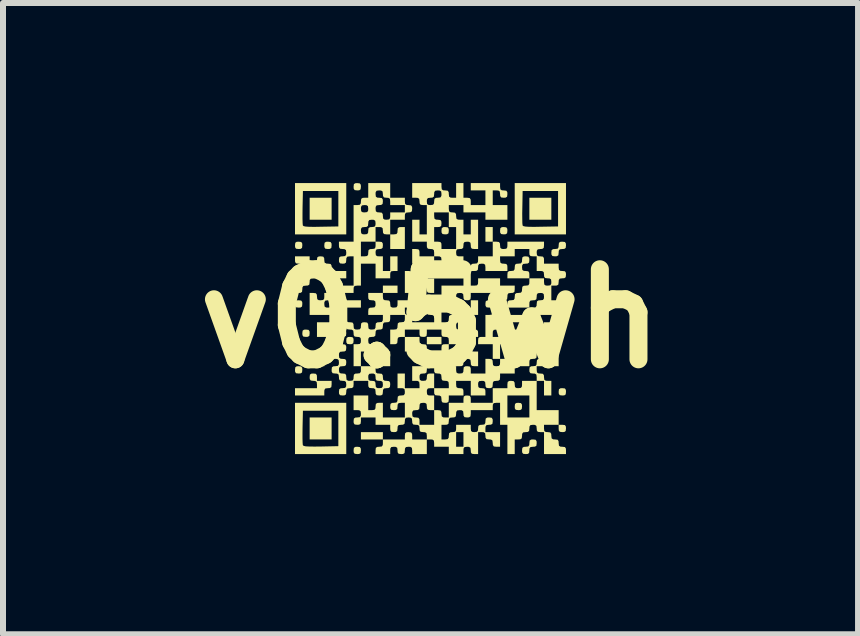
<source format=kicad_pcb>
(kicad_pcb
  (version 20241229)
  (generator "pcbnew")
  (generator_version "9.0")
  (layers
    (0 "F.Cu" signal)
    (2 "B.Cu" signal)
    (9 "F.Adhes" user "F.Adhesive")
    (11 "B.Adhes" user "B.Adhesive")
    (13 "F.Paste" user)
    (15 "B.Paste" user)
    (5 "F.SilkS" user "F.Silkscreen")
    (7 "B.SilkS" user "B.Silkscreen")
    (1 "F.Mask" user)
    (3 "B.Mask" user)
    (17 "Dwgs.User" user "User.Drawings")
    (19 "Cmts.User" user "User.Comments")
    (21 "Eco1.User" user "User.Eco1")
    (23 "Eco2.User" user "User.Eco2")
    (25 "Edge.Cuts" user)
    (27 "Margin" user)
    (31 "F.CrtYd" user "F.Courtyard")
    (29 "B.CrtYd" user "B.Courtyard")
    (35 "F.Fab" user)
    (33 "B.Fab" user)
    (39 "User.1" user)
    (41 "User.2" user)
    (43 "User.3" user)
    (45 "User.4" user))
  (footprint "v0.5wh"
    (layer "F.Cu")
    (at 4.121 2.257)
    (property "Reference" "v0.5wh" (at 0 0 0) (layer "F.SilkS") (effects (font (size 1.5 1.5) (thickness 0.3))))
    (attr board_only exclude_from_pos_files exclude_from_bom)
    (fp_poly (pts (xy -1.647 -1.83) (xy -1.647 -1.647) (xy -1.83 -1.647) (xy -2.013 -1.647) (xy -2.013 -1.83) (xy -2.013 -2.013) (xy -1.83 -2.013) (xy -1.647 -2.013)) (stroke (width 0) (type solid)) (fill yes) (layer "F.SilkS"))
    (fp_poly (pts (xy -1.647 1.83) (xy -1.647 2.013) (xy -1.83 2.013) (xy -2.013 2.013) (xy -2.013 1.83) (xy -2.013 1.647) (xy -1.83 1.647) (xy -1.647 1.647)) (stroke (width 0) (type solid)) (fill yes) (layer "F.SilkS"))
    (fp_poly (pts (xy 0.183 0.366) (xy 0.183 0.427) (xy 0.061 0.427) (xy -0.061 0.427) (xy -0.061 0.366) (xy -0.061 0.305) (xy 0.061 0.305) (xy 0.183 0.305)) (stroke (width 0) (type solid)) (fill yes) (layer "F.SilkS"))
    (fp_poly (pts (xy 0.793 -0.183) (xy 0.793 -0.061) (xy 0.732 -0.061) (xy 0.671 -0.061) (xy 0.671 -0.183) (xy 0.671 -0.305) (xy 0.732 -0.305) (xy 0.793 -0.305)) (stroke (width 0) (type solid)) (fill yes) (layer "F.SilkS"))
    (fp_poly (pts (xy 1.037 -1.403) (xy 1.037 -1.281) (xy 0.976 -1.281) (xy 0.915 -1.281) (xy 0.915 -1.403) (xy 0.915 -1.525) (xy 0.976 -1.525) (xy 1.037 -1.525)) (stroke (width 0) (type solid)) (fill yes) (layer "F.SilkS"))
    (fp_poly (pts (xy 2.013 -1.83) (xy 2.013 -1.647) (xy 1.83 -1.647) (xy 1.647 -1.647) (xy 1.647 -1.83) (xy 1.647 -2.013) (xy 1.83 -2.013) (xy 2.013 -2.013)) (stroke (width 0) (type solid)) (fill yes) (layer "F.SilkS"))
    (fp_poly (pts (xy 2.24 1.774) (xy 2.255 1.798) (xy 2.257 1.83) (xy 2.252 1.873) (xy 2.229 1.889) (xy 2.196 1.891) (xy 2.153 1.886) (xy 2.137 1.862) (xy 2.135 1.83) (xy 2.135 1.769) (xy 2.196 1.769)) (stroke (width 0) (type solid)) (fill yes) (layer "F.SilkS"))
    (fp_poly (pts (xy -2.153 -1.276) (xy -2.137 -1.252) (xy -2.135 -1.22) (xy -2.14 -1.177) (xy -2.164 -1.161) (xy -2.196 -1.159) (xy -2.24 -1.164) (xy -2.255 -1.188) (xy -2.257 -1.22) (xy -2.252 -1.263) (xy -2.229 -1.279) (xy -2.196 -1.281)) (stroke (width 0) (type solid)) (fill yes) (layer "F.SilkS"))
    (fp_poly (pts (xy -2.153 -0.3) (xy -2.137 -0.276) (xy -2.135 -0.244) (xy -2.14 -0.201) (xy -2.164 -0.185) (xy -2.196 -0.183) (xy -2.24 -0.188) (xy -2.255 -0.212) (xy -2.257 -0.244) (xy -2.252 -0.287) (xy -2.229 -0.303) (xy -2.196 -0.305)) (stroke (width 0) (type solid)) (fill yes) (layer "F.SilkS"))
    (fp_poly (pts (xy -2.153 0.798) (xy -2.137 0.822) (xy -2.135 0.854) (xy -2.14 0.897) (xy -2.164 0.913) (xy -2.196 0.915) (xy -2.24 0.91) (xy -2.255 0.886) (xy -2.257 0.854) (xy -2.252 0.811) (xy -2.229 0.795) (xy -2.196 0.793)) (stroke (width 0) (type solid)) (fill yes) (layer "F.SilkS"))
    (fp_poly (pts (xy -2.031 0.188) (xy -2.015 0.212) (xy -2.013 0.244) (xy -2.018 0.287) (xy -2.042 0.303) (xy -2.074 0.305) (xy -2.118 0.3) (xy -2.133 0.276) (xy -2.135 0.244) (xy -2.13 0.201) (xy -2.107 0.185) (xy -2.074 0.183)) (stroke (width 0) (type solid)) (fill yes) (layer "F.SilkS"))
    (fp_poly (pts (xy -1.665 -1.276) (xy -1.649 -1.252) (xy -1.647 -1.22) (xy -1.652 -1.177) (xy -1.676 -1.161) (xy -1.708 -1.159) (xy -1.751 -1.164) (xy -1.767 -1.188) (xy -1.769 -1.22) (xy -1.764 -1.263) (xy -1.74 -1.279) (xy -1.708 -1.281)) (stroke (width 0) (type solid)) (fill yes) (layer "F.SilkS"))
    (fp_poly (pts (xy -1.299 0.31) (xy -1.283 0.334) (xy -1.281 0.366) (xy -1.286 0.409) (xy -1.31 0.425) (xy -1.342 0.427) (xy -1.385 0.422) (xy -1.401 0.398) (xy -1.403 0.366) (xy -1.398 0.323) (xy -1.374 0.307) (xy -1.342 0.305)) (stroke (width 0) (type solid)) (fill yes) (layer "F.SilkS"))
    (fp_poly (pts (xy -1.177 -2.252) (xy -1.161 -2.229) (xy -1.159 -2.196) (xy -1.164 -2.153) (xy -1.188 -2.137) (xy -1.22 -2.135) (xy -1.263 -2.14) (xy -1.279 -2.164) (xy -1.281 -2.196) (xy -1.276 -2.24) (xy -1.252 -2.255) (xy -1.22 -2.257)) (stroke (width 0) (type solid)) (fill yes) (layer "F.SilkS"))
    (fp_poly (pts (xy -1.177 2.14) (xy -1.161 2.164) (xy -1.159 2.196) (xy -1.164 2.24) (xy -1.188 2.255) (xy -1.22 2.257) (xy -1.263 2.252) (xy -1.279 2.229) (xy -1.281 2.196) (xy -1.276 2.153) (xy -1.252 2.137) (xy -1.22 2.135)) (stroke (width 0) (type solid)) (fill yes) (layer "F.SilkS"))
    (fp_poly (pts (xy 0.287 -1.52) (xy 0.303 -1.496) (xy 0.305 -1.464) (xy 0.3 -1.421) (xy 0.276 -1.405) (xy 0.244 -1.403) (xy 0.201 -1.408) (xy 0.185 -1.432) (xy 0.183 -1.464) (xy 0.188 -1.507) (xy 0.212 -1.523) (xy 0.244 -1.525)) (stroke (width 0) (type solid)) (fill yes) (layer "F.SilkS"))
    (fp_poly (pts (xy 1.019 -0.3) (xy 1.035 -0.276) (xy 1.037 -0.244) (xy 1.032 -0.201) (xy 1.008 -0.185) (xy 0.976 -0.183) (xy 0.933 -0.188) (xy 0.917 -0.212) (xy 0.915 -0.244) (xy 0.92 -0.287) (xy 0.944 -0.303) (xy 0.976 -0.305)) (stroke (width 0) (type solid)) (fill yes) (layer "F.SilkS"))
    (fp_poly (pts (xy 1.263 -1.52) (xy 1.279 -1.496) (xy 1.281 -1.464) (xy 1.276 -1.421) (xy 1.252 -1.405) (xy 1.22 -1.403) (xy 1.177 -1.408) (xy 1.161 -1.432) (xy 1.159 -1.464) (xy 1.164 -1.507) (xy 1.188 -1.523) (xy 1.22 -1.525)) (stroke (width 0) (type solid)) (fill yes) (layer "F.SilkS"))
    (fp_poly (pts (xy 1.507 1.408) (xy 1.523 1.432) (xy 1.525 1.464) (xy 1.52 1.507) (xy 1.496 1.523) (xy 1.464 1.525) (xy 1.421 1.52) (xy 1.405 1.496) (xy 1.403 1.464) (xy 1.408 1.421) (xy 1.432 1.405) (xy 1.464 1.403)) (stroke (width 0) (type solid)) (fill yes) (layer "F.SilkS"))
    (fp_poly (pts (xy 2.24 1.164) (xy 2.255 1.188) (xy 2.257 1.22) (xy 2.252 1.263) (xy 2.229 1.279) (xy 2.196 1.281) (xy 2.153 1.276) (xy 2.137 1.252) (xy 2.135 1.22) (xy 2.14 1.177) (xy 2.164 1.161) (xy 2.196 1.159)) (stroke (width 0) (type solid)) (fill yes) (layer "F.SilkS"))
    (fp_poly (pts (xy -1.769 0.671) (xy -1.769 0.793) (xy -1.891 0.793) (xy -2.013 0.793) (xy -2.013 0.732) (xy -2.008 0.689) (xy -1.984 0.673) (xy -1.952 0.671) (xy -1.909 0.666) (xy -1.893 0.642) (xy -1.891 0.61) (xy -1.886 0.567) (xy -1.862 0.551) (xy -1.83 0.549) (xy -1.769 0.549)) (stroke (width 0) (type solid)) (fill yes) (layer "F.SilkS"))
    (fp_poly (pts (xy 1.751 2.018) (xy 1.767 2.042) (xy 1.769 2.074) (xy 1.764 2.118) (xy 1.74 2.133) (xy 1.708 2.135) (xy 1.665 2.14) (xy 1.649 2.164) (xy 1.647 2.196) (xy 1.642 2.24) (xy 1.618 2.255) (xy 1.586 2.257) (xy 1.543 2.252) (xy 1.527 2.229) (xy 1.525 2.196) (xy 1.53 2.153) (xy 1.554 2.137) (xy 1.586 2.135) (xy 1.629 2.13) (xy 1.645 2.106) (xy 1.647 2.074) (xy 1.652 2.031) (xy 1.676 2.015) (xy 1.708 2.013)) (stroke (width 0) (type solid)) (fill yes) (layer "F.SilkS"))
    (fp_poly (pts (xy 2.24 -1.276) (xy 2.255 -1.252) (xy 2.257 -1.22) (xy 2.252 -1.177) (xy 2.229 -1.161) (xy 2.196 -1.159) (xy 2.153 -1.154) (xy 2.137 -1.13) (xy 2.135 -1.098) (xy 2.13 -1.055) (xy 2.106 -1.039) (xy 2.074 -1.037) (xy 2.031 -1.042) (xy 2.015 -1.066) (xy 2.013 -1.098) (xy 2.018 -1.141) (xy 2.042 -1.157) (xy 2.074 -1.159) (xy 2.118 -1.164) (xy 2.133 -1.188) (xy 2.135 -1.22) (xy 2.14 -1.263) (xy 2.164 -1.279) (xy 2.196 -1.281)) (stroke (width 0) (type solid)) (fill yes) (layer "F.SilkS"))
    (fp_poly (pts (xy -1.403 -1.83) (xy -1.403 -1.403) (xy -1.83 -1.403) (xy -2.257 -1.403) (xy -2.257 -1.749) (xy -2.132 -1.749) (xy -2.132 -1.659) (xy -2.13 -1.591) (xy -2.127 -1.554) (xy -2.126 -1.551) (xy -2.113 -1.54) (xy -2.08 -1.533) (xy -2.021 -1.529) (xy -1.932 -1.528) (xy -1.826 -1.53) (xy -1.535 -1.535) (xy -1.535 -1.83) (xy -1.535 -2.125) (xy -1.83 -2.125) (xy -2.125 -2.125) (xy -2.131 -1.852) (xy -2.132 -1.749) (xy -2.257 -1.749) (xy -2.257 -1.83) (xy -2.257 -2.257) (xy -1.83 -2.257) (xy -1.403 -2.257)) (stroke (width 0) (type solid)) (fill yes) (layer "F.SilkS"))
    (fp_poly (pts (xy -1.403 1.83) (xy -1.403 2.257) (xy -1.83 2.257) (xy -2.257 2.257) (xy -2.257 1.912) (xy -2.132 1.912) (xy -2.132 2.002) (xy -2.13 2.069) (xy -2.127 2.106) (xy -2.126 2.109) (xy -2.113 2.12) (xy -2.08 2.128) (xy -2.021 2.131) (xy -1.932 2.132) (xy -1.826 2.131) (xy -1.535 2.125) (xy -1.535 1.83) (xy -1.535 1.535) (xy -1.83 1.535) (xy -2.125 1.535) (xy -2.131 1.809) (xy -2.132 1.912) (xy -2.257 1.912) (xy -2.257 1.83) (xy -2.257 1.403) (xy -1.83 1.403) (xy -1.403 1.403)) (stroke (width 0) (type solid)) (fill yes) (layer "F.SilkS"))
    (fp_poly (pts (xy 2.257 -1.83) (xy 2.257 -1.403) (xy 1.83 -1.403) (xy 1.403 -1.403) (xy 1.403 -1.749) (xy 1.528 -1.749) (xy 1.529 -1.659) (xy 1.53 -1.591) (xy 1.534 -1.554) (xy 1.534 -1.551) (xy 1.548 -1.54) (xy 1.581 -1.533) (xy 1.639 -1.529) (xy 1.728 -1.528) (xy 1.835 -1.53) (xy 2.125 -1.535) (xy 2.125 -1.83) (xy 2.125 -2.125) (xy 1.83 -2.125) (xy 1.535 -2.125) (xy 1.53 -1.852) (xy 1.528 -1.749) (xy 1.403 -1.749) (xy 1.403 -1.83) (xy 1.403 -2.257) (xy 1.83 -2.257) (xy 2.257 -2.257)) (stroke (width 0) (type solid)) (fill yes) (layer "F.SilkS"))
    (fp_poly (pts (xy -1.909 0.92) (xy -1.893 0.944) (xy -1.891 0.976) (xy -1.891 1.037) (xy -1.769 1.037) (xy -1.647 1.037) (xy -1.647 1.098) (xy -1.652 1.141) (xy -1.676 1.157) (xy -1.708 1.159) (xy -1.751 1.164) (xy -1.767 1.188) (xy -1.769 1.22) (xy -1.769 1.281) (xy -2.013 1.281) (xy -2.257 1.281) (xy -2.257 1.22) (xy -2.257 1.159) (xy -2.074 1.159) (xy -1.891 1.159) (xy -1.891 1.098) (xy -1.896 1.055) (xy -1.92 1.039) (xy -1.952 1.037) (xy -1.995 1.032) (xy -2.011 1.008) (xy -2.013 0.976) (xy -2.008 0.933) (xy -1.984 0.917) (xy -1.952 0.915)) (stroke (width 0) (type solid)) (fill yes) (layer "F.SilkS"))
    (fp_poly (pts (xy -1.787 -1.032) (xy -1.771 -1.008) (xy -1.769 -0.976) (xy -1.764 -0.933) (xy -1.74 -0.917) (xy -1.708 -0.915) (xy -1.665 -0.91) (xy -1.649 -0.886) (xy -1.647 -0.854) (xy -1.647 -0.793) (xy -1.525 -0.793) (xy -1.403 -0.793) (xy -1.403 -0.732) (xy -1.403 -0.671) (xy -1.525 -0.671) (xy -1.647 -0.671) (xy -1.647 -0.61) (xy -1.652 -0.567) (xy -1.676 -0.551) (xy -1.708 -0.549) (xy -1.769 -0.549) (xy -1.769 -0.732) (xy -1.769 -0.915) (xy -1.83 -0.915) (xy -1.873 -0.92) (xy -1.889 -0.944) (xy -1.891 -0.976) (xy -1.886 -1.019) (xy -1.862 -1.035) (xy -1.83 -1.037)) (stroke (width 0) (type solid)) (fill yes) (layer "F.SilkS"))
    (fp_poly (pts (xy 0.653 0.432) (xy 0.669 0.456) (xy 0.671 0.488) (xy 0.676 0.531) (xy 0.7 0.547) (xy 0.732 0.549) (xy 0.793 0.549) (xy 0.793 0.671) (xy 0.793 0.793) (xy 0.732 0.793) (xy 0.689 0.788) (xy 0.673 0.764) (xy 0.671 0.732) (xy 0.666 0.689) (xy 0.642 0.673) (xy 0.61 0.671) (xy 0.567 0.676) (xy 0.551 0.7) (xy 0.549 0.732) (xy 0.544 0.775) (xy 0.52 0.791) (xy 0.488 0.793) (xy 0.427 0.793) (xy 0.427 0.671) (xy 0.427 0.549) (xy 0.488 0.549) (xy 0.531 0.544) (xy 0.547 0.52) (xy 0.549 0.488) (xy 0.554 0.445) (xy 0.578 0.429) (xy 0.61 0.427)) (stroke (width 0) (type solid)) (fill yes) (layer "F.SilkS"))
    (fp_poly (pts (xy 1.629 -1.032) (xy 1.645 -1.008) (xy 1.647 -0.976) (xy 1.642 -0.933) (xy 1.618 -0.917) (xy 1.586 -0.915) (xy 1.543 -0.91) (xy 1.527 -0.886) (xy 1.525 -0.854) (xy 1.53 -0.811) (xy 1.554 -0.795) (xy 1.586 -0.793) (xy 1.629 -0.788) (xy 1.645 -0.764) (xy 1.647 -0.732) (xy 1.647 -0.671) (xy 1.464 -0.671) (xy 1.281 -0.671) (xy 1.281 -0.732) (xy 1.286 -0.775) (xy 1.31 -0.791) (xy 1.342 -0.793) (xy 1.385 -0.798) (xy 1.401 -0.822) (xy 1.403 -0.854) (xy 1.408 -0.897) (xy 1.432 -0.913) (xy 1.464 -0.915) (xy 1.507 -0.92) (xy 1.523 -0.944) (xy 1.525 -0.976) (xy 1.53 -1.019) (xy 1.554 -1.035) (xy 1.586 -1.037)) (stroke (width 0) (type solid)) (fill yes) (layer "F.SilkS"))
    (fp_poly (pts (xy -2.013 -0.915) (xy -2.013 -0.793) (xy -1.952 -0.793) (xy -1.909 -0.788) (xy -1.893 -0.764) (xy -1.891 -0.732) (xy -1.896 -0.689) (xy -1.92 -0.673) (xy -1.952 -0.671) (xy -1.995 -0.666) (xy -2.011 -0.642) (xy -2.013 -0.61) (xy -2.018 -0.567) (xy -2.042 -0.551) (xy -2.074 -0.549) (xy -2.118 -0.544) (xy -2.133 -0.52) (xy -2.135 -0.488) (xy -2.14 -0.445) (xy -2.164 -0.429) (xy -2.196 -0.427) (xy -2.24 -0.432) (xy -2.255 -0.456) (xy -2.257 -0.488) (xy -2.252 -0.531) (xy -2.229 -0.547) (xy -2.196 -0.549) (xy -2.153 -0.554) (xy -2.137 -0.578) (xy -2.135 -0.61) (xy -2.13 -0.653) (xy -2.107 -0.669) (xy -2.074 -0.671) (xy -2.031 -0.676) (xy -2.015 -0.7) (xy -2.013 -0.732) (xy -2.018 -0.775) (xy -2.042 -0.791) (xy -2.074 -0.793) (xy -2.118 -0.798) (xy -2.133 -0.822) (xy -2.135 -0.854) (xy -2.14 -0.897) (xy -2.164 -0.913) (xy -2.196 -0.915) (xy -2.24 -0.92) (xy -2.255 -0.944) (xy -2.257 -0.976) (xy -2.257 -1.037) (xy -2.135 -1.037) (xy -2.013 -1.037)) (stroke (width 0) (type solid)) (fill yes) (layer "F.SilkS"))
    (fp_poly (pts (xy -0.671 -2.135) (xy -0.671 -2.013) (xy -0.549 -2.013) (xy -0.427 -2.013) (xy -0.427 -1.952) (xy -0.422 -1.909) (xy -0.398 -1.893) (xy -0.366 -1.891) (xy -0.323 -1.886) (xy -0.307 -1.862) (xy -0.305 -1.83) (xy -0.31 -1.787) (xy -0.334 -1.771) (xy -0.366 -1.769) (xy -0.409 -1.764) (xy -0.425 -1.74) (xy -0.427 -1.708) (xy -0.427 -1.647) (xy -0.549 -1.647) (xy -0.671 -1.647) (xy -0.671 -1.525) (xy -0.671 -1.403) (xy -0.61 -1.403) (xy -0.567 -1.408) (xy -0.551 -1.432) (xy -0.549 -1.464) (xy -0.544 -1.507) (xy -0.52 -1.523) (xy -0.488 -1.525) (xy -0.427 -1.525) (xy -0.427 -1.342) (xy -0.427 -1.159) (xy -0.549 -1.159) (xy -0.671 -1.159) (xy -0.671 -1.281) (xy -0.671 -1.403) (xy -0.732 -1.403) (xy -0.775 -1.408) (xy -0.791 -1.432) (xy -0.793 -1.464) (xy -0.798 -1.507) (xy -0.822 -1.523) (xy -0.854 -1.525) (xy -0.915 -1.525) (xy -0.915 -1.403) (xy -0.915 -1.281) (xy -1.037 -1.281) (xy -1.159 -1.281) (xy -1.159 -1.159) (xy -1.159 -1.037) (xy -1.098 -1.037) (xy -1.055 -1.042) (xy -1.039 -1.066) (xy -1.037 -1.098) (xy -1.032 -1.141) (xy -1.008 -1.157) (xy -0.976 -1.159) (xy -0.933 -1.164) (xy -0.917 -1.188) (xy -0.915 -1.22) (xy -0.915 -1.281) (xy -0.854 -1.281) (xy -0.811 -1.276) (xy -0.795 -1.252) (xy -0.793 -1.22) (xy -0.798 -1.177) (xy -0.822 -1.161) (xy -0.854 -1.159) (xy -0.897 -1.154) (xy -0.913 -1.13) (xy -0.915 -1.098) (xy -0.91 -1.055) (xy -0.886 -1.039) (xy -0.854 -1.037) (xy -0.793 -1.037) (xy -0.793 -0.915) (xy -0.793 -0.793) (xy -0.732 -0.793) (xy -0.671 -0.793) (xy -0.671 -0.915) (xy -0.671 -1.037) (xy -0.61 -1.037) (xy -0.549 -1.037) (xy -0.549 -0.915) (xy -0.549 -0.793) (xy -0.61 -0.793) (xy -0.653 -0.788) (xy -0.669 -0.764) (xy -0.671 -0.732) (xy -0.671 -0.671) (xy -0.793 -0.671) (xy -0.915 -0.671) (xy -0.915 -0.793) (xy -0.915 -0.915) (xy -1.037 -0.915) (xy -1.159 -0.915) (xy -1.159 -0.732) (xy -1.159 -0.549) (xy -1.22 -0.549) (xy -1.263 -0.544) (xy -1.279 -0.52) (xy -1.281 -0.488) (xy -1.281 -0.427) (xy -1.403 -0.427) (xy -1.525 -0.427) (xy -1.525 -0.366) (xy -1.525 -0.305) (xy -1.342 -0.305) (xy -1.159 -0.305) (xy -1.159 -0.244) (xy -1.159 -0.183) (xy -1.342 -0.183) (xy -1.525 -0.183) (xy -1.525 -0.122) (xy -1.52 -0.079) (xy -1.496 -0.063) (xy -1.464 -0.061) (xy -1.421 -0.056) (xy -1.405 -0.032) (xy -1.403 0) (xy -1.398 0.043) (xy -1.374 0.059) (xy -1.342 0.061) (xy -1.299 0.066) (xy -1.283 0.09) (xy -1.281 0.122) (xy -1.276 0.165) (xy -1.252 0.181) (xy -1.22 0.183) (xy -1.177 0.178) (xy -1.161 0.154) (xy -1.159 0.122) (xy -1.154 0.079) (xy -1.13 0.063) (xy -1.098 0.061) (xy -1.055 0.066) (xy -1.039 0.09) (xy -1.037 0.122) (xy -1.032 0.165) (xy -1.008 0.181) (xy -0.976 0.183) (xy -0.933 0.178) (xy -0.917 0.154) (xy -0.915 0.122) (xy -0.91 0.079) (xy -0.886 0.063) (xy -0.854 0.061) (xy -0.811 0.056) (xy -0.795 0.032) (xy -0.793 0) (xy -0.793 -0.061) (xy -0.915 -0.061) (xy -1.037 -0.061) (xy -1.037 -0.122) (xy -1.032 -0.165) (xy -1.008 -0.181) (xy -0.976 -0.183) (xy -0.933 -0.188) (xy -0.917 -0.212) (xy -0.915 -0.244) (xy -0.92 -0.287) (xy -0.944 -0.303) (xy -0.976 -0.305) (xy -1.019 -0.31) (xy -1.035 -0.334) (xy -1.037 -0.366) (xy -1.037 -0.427) (xy -0.915 -0.427) (xy -0.793 -0.427) (xy -0.793 -0.488) (xy -0.793 -0.549) (xy -0.671 -0.549) (xy -0.549 -0.549) (xy -0.549 -0.488) (xy -0.549 -0.427) (xy -0.671 -0.427) (xy -0.793 -0.427) (xy -0.793 -0.366) (xy -0.788 -0.323) (xy -0.764 -0.307) (xy -0.732 -0.305) (xy -0.689 -0.3) (xy -0.673 -0.276) (xy -0.671 -0.244) (xy -0.666 -0.201) (xy -0.642 -0.185) (xy -0.61 -0.183) (xy -0.567 -0.188) (xy -0.551 -0.212) (xy -0.549 -0.244) (xy -0.549 -0.305) (xy -0.366 -0.305) (xy -0.183 -0.305) (xy -0.183 -0.244) (xy -0.183 -0.183) (xy -0.305 -0.183) (xy -0.427 -0.183) (xy -0.427 -0.122) (xy -0.422 -0.079) (xy -0.398 -0.063) (xy -0.366 -0.061) (xy -0.323 -0.056) (xy -0.307 -0.032) (xy -0.305 0) (xy -0.305 0.061) (xy -0.122 0.061) (xy 0.061 0.061) (xy 0.061 0) (xy 0.056 -0.043) (xy 0.032 -0.059) (xy 0 -0.061) (xy -0.043 -0.066) (xy -0.059 -0.09) (xy -0.061 -0.122) (xy -0.061 -0.183) (xy 0.061 -0.183) (xy 0.183 -0.183) (xy 0.183 -0.366) (xy 0.183 -0.549) (xy 0.366 -0.549) (xy 0.549 -0.549) (xy 0.549 -0.61) (xy 0.549 -0.671) (xy 0.305 -0.671) (xy 0.061 -0.671) (xy 0.061 -0.549) (xy 0.061 -0.427) (xy 0 -0.427) (xy -0.043 -0.432) (xy -0.059 -0.456) (xy -0.061 -0.488) (xy -0.061 -0.549) (xy -0.183 -0.549) (xy -0.305 -0.549) (xy -0.305 -0.488) (xy -0.31 -0.445) (xy -0.334 -0.429) (xy -0.366 -0.427) (xy -0.427 -0.427) (xy -0.427 -0.61) (xy -0.427 -0.793) (xy -0.366 -0.793) (xy -0.323 -0.788) (xy -0.307 -0.764) (xy -0.305 -0.732) (xy -0.305 -0.671) (xy -0.122 -0.671) (xy 0.061 -0.671) (xy 0.061 -0.732) (xy 0.061 -0.793) (xy -0.061 -0.793) (xy -0.183 -0.793) (xy -0.183 -0.854) (xy -0.188 -0.897) (xy -0.212 -0.913) (xy -0.244 -0.915) (xy -0.305 -0.915) (xy -0.305 -1.037) (xy -0.305 -1.159) (xy -0.244 -1.159) (xy -0.201 -1.154) (xy -0.185 -1.13) (xy -0.183 -1.098) (xy -0.183 -1.037) (xy -0.061 -1.037) (xy 0.061 -1.037) (xy 0.061 -0.915) (xy 0.061 -0.793) (xy 0.183 -0.793) (xy 0.305 -0.793) (xy 0.305 -0.854) (xy 0.3 -0.897) (xy 0.276 -0.913) (xy 0.244 -0.915) (xy 0.201 -0.92) (xy 0.185 -0.944) (xy 0.183 -0.976) (xy 0.178 -1.019) (xy 0.154 -1.035) (xy 0.122 -1.037) (xy 0.061 -1.037) (xy 0.061 -1.098) (xy 0.056 -1.141) (xy 0.032 -1.157) (xy 0 -1.159) (xy -0.043 -1.164) (xy -0.059 -1.188) (xy -0.061 -1.22) (xy -0.061 -1.281) (xy -0.183 -1.281) (xy -0.305 -1.281) (xy -0.305 -1.464) (xy -0.305 -1.647) (xy -0.244 -1.647) (xy -0.183 -1.647) (xy -0.183 -1.525) (xy -0.183 -1.403) (xy -0.122 -1.403) (xy -0.061 -1.403) (xy -0.061 -1.647) (xy -0.061 -1.769) (xy 0.061 -1.769) (xy 0.061 -1.708) (xy 0.066 -1.665) (xy 0.09 -1.649) (xy 0.122 -1.647) (xy 0.165 -1.642) (xy 0.181 -1.618) (xy 0.183 -1.586) (xy 0.178 -1.543) (xy 0.154 -1.527) (xy 0.122 -1.525) (xy 0.061 -1.525) (xy 0.061 -1.403) (xy 0.061 -1.281) (xy 0.122 -1.281) (xy 0.165 -1.276) (xy 0.181 -1.252) (xy 0.183 -1.22) (xy 0.183 -1.159) (xy 0.305 -1.159) (xy 0.427 -1.159) (xy 0.427 -1.342) (xy 0.427 -1.525) (xy 0.366 -1.525) (xy 0.305 -1.525) (xy 0.305 -1.647) (xy 0.305 -1.769) (xy 0.183 -1.769) (xy 0.061 -1.769) (xy -0.061 -1.769) (xy -0.061 -1.891) (xy -0.122 -1.891) (xy -0.165 -1.896) (xy -0.181 -1.92) (xy -0.183 -1.952) (xy -0.061 -1.952) (xy -0.056 -1.909) (xy -0.032 -1.893) (xy 0 -1.891) (xy 0.043 -1.896) (xy 0.059 -1.92) (xy 0.061 -1.952) (xy 0.066 -1.995) (xy 0.09 -2.011) (xy 0.122 -2.013) (xy 0.165 -2.018) (xy 0.181 -2.042) (xy 0.183 -2.074) (xy 0.178 -2.118) (xy 0.154 -2.133) (xy 0.122 -2.135) (xy 0.079 -2.13) (xy 0.063 -2.107) (xy 0.061 -2.074) (xy 0.056 -2.031) (xy 0.032 -2.015) (xy 0 -2.013) (xy -0.043 -2.008) (xy -0.059 -1.984) (xy -0.061 -1.952) (xy -0.183 -1.952) (xy -0.188 -1.995) (xy -0.212 -2.011) (xy -0.244 -2.013) (xy -0.305 -2.013) (xy -0.305 -2.135) (xy -0.305 -2.257) (xy -0.061 -2.257) (xy 0.183 -2.257) (xy 0.183 -2.196) (xy 0.188 -2.153) (xy 0.212 -2.137) (xy 0.244 -2.135) (xy 0.287 -2.13) (xy 0.303 -2.107) (xy 0.305 -2.074) (xy 0.31 -2.031) (xy 0.334 -2.015) (xy 0.366 -2.013) (xy 0.427 -2.013) (xy 0.427 -2.135) (xy 0.427 -2.257) (xy 0.488 -2.257) (xy 0.549 -2.257) (xy 0.549 -2.135) (xy 0.549 -2.013) (xy 0.61 -2.013) (xy 0.653 -2.008) (xy 0.669 -1.984) (xy 0.671 -1.952) (xy 0.671 -1.891) (xy 0.793 -1.891) (xy 0.915 -1.891) (xy 0.915 -2.013) (xy 0.915 -2.135) (xy 0.793 -2.135) (xy 0.671 -2.135) (xy 0.671 -2.196) (xy 0.671 -2.257) (xy 0.915 -2.257) (xy 1.159 -2.257) (xy 1.159 -2.196) (xy 1.164 -2.153) (xy 1.188 -2.137) (xy 1.22 -2.135) (xy 1.263 -2.13) (xy 1.279 -2.107) (xy 1.281 -2.074) (xy 1.276 -2.031) (xy 1.252 -2.015) (xy 1.22 -2.013) (xy 1.177 -2.018) (xy 1.161 -2.042) (xy 1.159 -2.074) (xy 1.154 -2.118) (xy 1.13 -2.133) (xy 1.098 -2.135) (xy 1.037 -2.135) (xy 1.037 -2.013) (xy 1.037 -1.891) (xy 1.159 -1.891) (xy 1.281 -1.891) (xy 1.281 -1.769) (xy 1.281 -1.647) (xy 1.098 -1.647) (xy 0.915 -1.647) (xy 0.915 -1.708) (xy 0.915 -1.769) (xy 0.732 -1.769) (xy 0.549 -1.769) (xy 0.549 -1.83) (xy 0.549 -1.891) (xy 0.427 -1.891) (xy 0.305 -1.891) (xy 0.305 -1.83) (xy 0.31 -1.787) (xy 0.334 -1.771) (xy 0.366 -1.769) (xy 0.409 -1.764) (xy 0.425 -1.74) (xy 0.427 -1.708) (xy 0.432 -1.665) (xy 0.456 -1.649) (xy 0.488 -1.647) (xy 0.549 -1.647) (xy 0.549 -1.525) (xy 0.549 -1.403) (xy 0.61 -1.403) (xy 0.671 -1.403) (xy 0.671 -1.525) (xy 0.671 -1.647) (xy 0.732 -1.647) (xy 0.793 -1.647) (xy 0.793 -1.403) (xy 0.793 -1.159) (xy 0.732 -1.159) (xy 0.689 -1.164) (xy 0.673 -1.188) (xy 0.671 -1.22) (xy 0.666 -1.263) (xy 0.642 -1.279) (xy 0.61 -1.281) (xy 0.567 -1.276) (xy 0.551 -1.252) (xy 0.549 -1.22) (xy 0.544 -1.177) (xy 0.52 -1.161) (xy 0.488 -1.159) (xy 0.445 -1.154) (xy 0.429 -1.13) (xy 0.427 -1.098) (xy 0.432 -1.055) (xy 0.456 -1.039) (xy 0.488 -1.037) (xy 0.549 -1.037) (xy 0.549 -0.915) (xy 0.549 -0.793) (xy 0.61 -0.793) (xy 0.653 -0.798) (xy 0.669 -0.822) (xy 0.671 -0.854) (xy 0.676 -0.897) (xy 0.7 -0.913) (xy 0.732 -0.915) (xy 0.775 -0.92) (xy 0.791 -0.944) (xy 0.793 -0.976) (xy 0.793 -1.037) (xy 0.915 -1.037) (xy 1.037 -1.037) (xy 1.037 -1.159) (xy 1.037 -1.281) (xy 1.098 -1.281) (xy 1.141 -1.276) (xy 1.157 -1.252) (xy 1.159 -1.22) (xy 1.164 -1.177) (xy 1.188 -1.161) (xy 1.22 -1.159) (xy 1.263 -1.164) (xy 1.279 -1.188) (xy 1.281 -1.22) (xy 1.281 -1.281) (xy 1.586 -1.281) (xy 1.891 -1.281) (xy 1.891 -1.22) (xy 1.886 -1.177) (xy 1.862 -1.161) (xy 1.83 -1.159) (xy 1.787 -1.154) (xy 1.771 -1.13) (xy 1.769 -1.098) (xy 1.774 -1.055) (xy 1.798 -1.039) (xy 1.83 -1.037) (xy 1.873 -1.032) (xy 1.889 -1.008) (xy 1.891 -0.976) (xy 1.891 -0.915) (xy 2.013 -0.915) (xy 2.135 -0.915) (xy 2.135 -0.854) (xy 2.14 -0.811) (xy 2.164 -0.795) (xy 2.196 -0.793) (xy 2.24 -0.788) (xy 2.255 -0.764) (xy 2.257 -0.732) (xy 2.252 -0.689) (xy 2.229 -0.673) (xy 2.196 -0.671) (xy 2.153 -0.666) (xy 2.137 -0.642) (xy 2.135 -0.61) (xy 2.13 -0.567) (xy 2.106 -0.551) (xy 2.074 -0.549) (xy 2.013 -0.549) (xy 2.013 -0.427) (xy 2.013 -0.305) (xy 2.135 -0.305) (xy 2.257 -0.305) (xy 2.257 -0.244) (xy 2.252 -0.201) (xy 2.229 -0.185) (xy 2.196 -0.183) (xy 2.153 -0.178) (xy 2.137 -0.154) (xy 2.135 -0.122) (xy 2.135 -0.061) (xy 1.891 -0.061) (xy 1.647 -0.061) (xy 1.647 0.122) (xy 1.647 0.305) (xy 1.708 0.305) (xy 1.751 0.3) (xy 1.767 0.276) (xy 1.769 0.244) (xy 1.774 0.201) (xy 1.798 0.185) (xy 1.83 0.183) (xy 1.873 0.178) (xy 1.889 0.154) (xy 1.891 0.122) (xy 1.891 0.061) (xy 2.013 0.061) (xy 2.135 0.061) (xy 2.135 0.122) (xy 2.13 0.165) (xy 2.106 0.181) (xy 2.074 0.183) (xy 2.031 0.188) (xy 2.015 0.212) (xy 2.013 0.244) (xy 2.013 0.305) (xy 1.891 0.305) (xy 1.769 0.305) (xy 1.769 0.366) (xy 1.769 0.427) (xy 1.891 0.427) (xy 2.013 0.427) (xy 2.013 0.488) (xy 2.018 0.531) (xy 2.042 0.547) (xy 2.074 0.549) (xy 2.135 0.549) (xy 2.135 0.671) (xy 2.135 0.793) (xy 1.952 0.793) (xy 1.769 0.793) (xy 1.769 0.854) (xy 1.774 0.897) (xy 1.798 0.913) (xy 1.83 0.915) (xy 1.873 0.92) (xy 1.889 0.944) (xy 1.891 0.976) (xy 1.896 1.019) (xy 1.92 1.035) (xy 1.952 1.037) (xy 2.013 1.037) (xy 2.013 1.159) (xy 2.013 1.281) (xy 1.952 1.281) (xy 1.891 1.281) (xy 1.891 1.159) (xy 1.891 1.037) (xy 1.83 1.037) (xy 1.769 1.037) (xy 1.769 1.281) (xy 1.769 1.525) (xy 1.952 1.525) (xy 2.135 1.525) (xy 2.135 1.647) (xy 2.135 1.769) (xy 2.013 1.769) (xy 1.891 1.769) (xy 1.891 1.83) (xy 1.896 1.873) (xy 1.92 1.889) (xy 1.952 1.891) (xy 1.995 1.896) (xy 2.011 1.92) (xy 2.013 1.952) (xy 2.018 1.995) (xy 2.042 2.011) (xy 2.074 2.013) (xy 2.118 2.018) (xy 2.133 2.042) (xy 2.135 2.074) (xy 2.14 2.118) (xy 2.164 2.133) (xy 2.196 2.135) (xy 2.24 2.14) (xy 2.255 2.164) (xy 2.257 2.196) (xy 2.257 2.257) (xy 2.074 2.257) (xy 1.891 2.257) (xy 1.891 2.074) (xy 1.891 1.891) (xy 1.83 1.891) (xy 1.787 1.886) (xy 1.771 1.862) (xy 1.769 1.83) (xy 1.764 1.787) (xy 1.74 1.771) (xy 1.708 1.769) (xy 1.665 1.774) (xy 1.649 1.798) (xy 1.647 1.83) (xy 1.642 1.873) (xy 1.618 1.889) (xy 1.586 1.891) (xy 1.543 1.896) (xy 1.527 1.92) (xy 1.525 1.952) (xy 1.52 1.995) (xy 1.496 2.011) (xy 1.464 2.013) (xy 1.403 2.013) (xy 1.403 2.135) (xy 1.403 2.257) (xy 1.342 2.257) (xy 1.281 2.257) (xy 1.281 2.013) (xy 1.281 1.769) (xy 1.22 1.769) (xy 1.159 1.769) (xy 1.159 1.586) (xy 1.159 1.403) (xy 1.098 1.403) (xy 1.055 1.408) (xy 1.039 1.432) (xy 1.037 1.464) (xy 1.037 1.525) (xy 0.854 1.525) (xy 0.671 1.525) (xy 0.671 1.586) (xy 0.666 1.629) (xy 0.642 1.645) (xy 0.61 1.647) (xy 0.567 1.642) (xy 0.551 1.618) (xy 0.549 1.586) (xy 0.544 1.543) (xy 0.52 1.527) (xy 0.488 1.525) (xy 0.445 1.53) (xy 0.429 1.554) (xy 0.427 1.586) (xy 0.422 1.629) (xy 0.398 1.645) (xy 0.366 1.647) (xy 0.323 1.652) (xy 0.307 1.676) (xy 0.305 1.708) (xy 0.3 1.751) (xy 0.276 1.767) (xy 0.244 1.769) (xy 0.183 1.769) (xy 0.183 1.891) (xy 0.183 2.013) (xy 0.244 2.013) (xy 0.287 2.008) (xy 0.303 1.984) (xy 0.305 1.952) (xy 0.31 1.909) (xy 0.334 1.893) (xy 0.366 1.891) (xy 0.427 1.891) (xy 0.427 2.013) (xy 0.427 2.135) (xy 0.488 2.135) (xy 0.549 2.135) (xy 0.549 2.013) (xy 0.549 1.891) (xy 0.488 1.891) (xy 0.427 1.891) (xy 0.366 1.891) (xy 0.409 1.886) (xy 0.425 1.862) (xy 0.427 1.83) (xy 0.427 1.769) (xy 0.549 1.769) (xy 0.671 1.769) (xy 0.671 1.83) (xy 0.676 1.873) (xy 0.7 1.889) (xy 0.732 1.891) (xy 0.775 1.886) (xy 0.791 1.862) (xy 0.793 1.83) (xy 0.798 1.787) (xy 0.822 1.771) (xy 0.854 1.769) (xy 0.897 1.764) (xy 0.913 1.74) (xy 0.915 1.708) (xy 0.92 1.665) (xy 0.944 1.649) (xy 0.976 1.647) (xy 1.019 1.652) (xy 1.035 1.676) (xy 1.037 1.708) (xy 1.032 1.751) (xy 1.008 1.767) (xy 0.976 1.769) (xy 0.933 1.774) (xy 0.917 1.798) (xy 0.915 1.83) (xy 0.915 1.891) (xy 1.037 1.891) (xy 1.159 1.891) (xy 1.159 2.013) (xy 1.159 2.135) (xy 1.098 2.135) (xy 1.055 2.13) (xy 1.039 2.106) (xy 1.037 2.074) (xy 1.032 2.031) (xy 1.008 2.015) (xy 0.976 2.013) (xy 0.933 2.008) (xy 0.917 1.984) (xy 0.915 1.952) (xy 0.91 1.909) (xy 0.886 1.893) (xy 0.854 1.891) (xy 0.793 1.891) (xy 0.793 2.074) (xy 0.793 2.257) (xy 0.732 2.257) (xy 0.689 2.252) (xy 0.673 2.229) (xy 0.671 2.196) (xy 0.666 2.153) (xy 0.642 2.137) (xy 0.61 2.135) (xy 0.567 2.14) (xy 0.551 2.164) (xy 0.549 2.196) (xy 0.549 2.257) (xy 0.427 2.257) (xy 0.305 2.257) (xy 0.305 2.196) (xy 0.305 2.135) (xy 0.183 2.135) (xy 0.061 2.135) (xy 0.061 2.074) (xy 0.056 2.031) (xy 0.032 2.015) (xy 0 2.013) (xy -0.061 2.013) (xy -0.061 2.135) (xy -0.061 2.257) (xy -0.183 2.257) (xy -0.305 2.257) (xy -0.305 2.196) (xy -0.31 2.153) (xy -0.334 2.137) (xy -0.366 2.135) (xy -0.409 2.14) (xy -0.425 2.164) (xy -0.427 2.196) (xy -0.432 2.24) (xy -0.456 2.255) (xy -0.488 2.257) (xy -0.531 2.252) (xy -0.547 2.229) (xy -0.549 2.196) (xy -0.554 2.153) (xy -0.578 2.137) (xy -0.61 2.135) (xy -0.653 2.14) (xy -0.669 2.164) (xy -0.671 2.196) (xy -0.671 2.257) (xy -0.793 2.257) (xy -0.915 2.257) (xy -0.915 2.196) (xy -0.91 2.153) (xy -0.886 2.137) (xy -0.854 2.135) (xy -0.811 2.13) (xy -0.795 2.106) (xy -0.793 2.074) (xy -0.793 2.013) (xy -0.976 2.013) (xy -1.159 2.013) (xy -1.159 1.952) (xy -1.159 1.891) (xy -0.976 1.891) (xy -0.793 1.891) (xy -0.793 1.952) (xy -0.793 2.013) (xy -0.61 2.013) (xy -0.427 2.013) (xy -0.427 1.952) (xy -0.422 1.909) (xy -0.398 1.893) (xy -0.366 1.891) (xy -0.323 1.896) (xy -0.307 1.92) (xy -0.305 1.952) (xy -0.305 2.013) (xy -0.183 2.013) (xy -0.061 2.013) (xy -0.061 1.952) (xy -0.066 1.909) (xy -0.09 1.893) (xy -0.122 1.891) (xy -0.165 1.886) (xy -0.181 1.862) (xy -0.183 1.83) (xy -0.188 1.787) (xy -0.212 1.771) (xy -0.244 1.769) (xy -0.287 1.764) (xy -0.303 1.74) (xy -0.305 1.708) (xy -0.31 1.665) (xy -0.334 1.649) (xy -0.366 1.647) (xy -0.409 1.652) (xy -0.425 1.676) (xy -0.427 1.708) (xy -0.432 1.751) (xy -0.456 1.767) (xy -0.488 1.769) (xy -0.531 1.774) (xy -0.547 1.798) (xy -0.549 1.83) (xy -0.554 1.873) (xy -0.578 1.889) (xy -0.61 1.891) (xy -0.653 1.886) (xy -0.669 1.862) (xy -0.671 1.83) (xy -0.671 1.769) (xy -0.793 1.769) (xy -0.915 1.769) (xy -0.915 1.708) (xy -0.915 1.647) (xy -1.037 1.647) (xy -1.159 1.647) (xy -1.159 1.708) (xy -1.164 1.751) (xy -1.188 1.767) (xy -1.22 1.769) (xy -1.263 1.764) (xy -1.279 1.74) (xy -1.281 1.708) (xy -1.276 1.665) (xy -1.252 1.649) (xy -1.22 1.647) (xy -1.177 1.642) (xy -1.161 1.618) (xy -1.159 1.586) (xy -1.164 1.543) (xy -1.188 1.527) (xy -1.22 1.525) (xy -1.281 1.525) (xy -1.281 1.403) (xy -1.281 1.281) (xy -1.159 1.281) (xy -1.037 1.281) (xy -1.037 1.403) (xy -1.037 1.525) (xy -0.976 1.525) (xy -0.933 1.52) (xy -0.917 1.496) (xy -0.915 1.464) (xy -0.91 1.421) (xy -0.886 1.405) (xy -0.854 1.403) (xy -0.793 1.403) (xy -0.793 1.525) (xy -0.793 1.647) (xy -0.61 1.647) (xy -0.427 1.647) (xy -0.427 1.525) (xy -0.427 1.403) (xy -0.488 1.403) (xy -0.531 1.408) (xy -0.547 1.432) (xy -0.549 1.464) (xy -0.554 1.507) (xy -0.578 1.523) (xy -0.61 1.525) (xy -0.653 1.52) (xy -0.669 1.496) (xy -0.671 1.464) (xy -0.666 1.421) (xy -0.642 1.405) (xy -0.61 1.403) (xy -0.567 1.398) (xy -0.551 1.374) (xy -0.549 1.342) (xy -0.544 1.299) (xy -0.52 1.283) (xy -0.488 1.281) (xy -0.445 1.276) (xy -0.429 1.252) (xy -0.427 1.22) (xy -0.432 1.177) (xy -0.456 1.161) (xy -0.488 1.159) (xy -0.549 1.159) (xy -0.549 1.037) (xy -0.549 0.915) (xy -0.488 0.915) (xy -0.427 0.915) (xy -0.427 1.037) (xy -0.427 1.159) (xy -0.305 1.159) (xy -0.183 1.159) (xy -0.183 1.098) (xy -0.188 1.055) (xy -0.212 1.039) (xy -0.244 1.037) (xy -0.305 1.037) (xy -0.305 0.915) (xy -0.305 0.793) (xy -0.183 0.793) (xy -0.061 0.793) (xy -0.061 0.732) (xy -0.061 0.671) (xy -0.183 0.671) (xy -0.305 0.671) (xy -0.305 0.61) (xy -0.31 0.567) (xy -0.334 0.551) (xy -0.366 0.549) (xy -0.427 0.549) (xy -0.427 0.427) (xy -0.427 0.305) (xy -0.305 0.305) (xy -0.183 0.305) (xy -0.183 0.366) (xy -0.178 0.409) (xy -0.154 0.425) (xy -0.122 0.427) (xy -0.079 0.432) (xy -0.063 0.456) (xy -0.061 0.488) (xy -0.061 0.549) (xy 0.061 0.549) (xy 0.183 0.549) (xy 0.183 0.488) (xy 0.188 0.445) (xy 0.212 0.429) (xy 0.244 0.427) (xy 0.305 0.427) (xy 0.305 0.549) (xy 0.305 0.671) (xy 0.183 0.671) (xy 0.061 0.671) (xy 0.061 0.732) (xy 0.056 0.775) (xy 0.032 0.791) (xy 0 0.793) (xy -0.043 0.798) (xy -0.059 0.822) (xy -0.061 0.854) (xy -0.066 0.897) (xy -0.09 0.913) (xy -0.122 0.915) (xy -0.165 0.92) (xy -0.181 0.944) (xy -0.183 0.976) (xy -0.178 1.019) (xy -0.154 1.035) (xy -0.122 1.037) (xy -0.079 1.032) (xy -0.063 1.008) (xy -0.061 0.976) (xy -0.056 0.933) (xy -0.032 0.917) (xy 0 0.915) (xy 0.061 0.915) (xy 0.061 1.037) (xy 0.061 1.159) (xy 0 1.159) (xy -0.043 1.164) (xy -0.059 1.188) (xy -0.061 1.22) (xy -0.056 1.263) (xy -0.032 1.279) (xy 0 1.281) (xy 0.061 1.281) (xy 0.061 1.403) (xy 0.061 1.525) (xy 0 1.525) (xy -0.043 1.52) (xy -0.059 1.496) (xy -0.061 1.464) (xy -0.066 1.421) (xy -0.09 1.405) (xy -0.122 1.403) (xy -0.165 1.408) (xy -0.181 1.432) (xy -0.183 1.464) (xy -0.188 1.507) (xy -0.212 1.523) (xy -0.244 1.525) (xy -0.287 1.53) (xy -0.303 1.554) (xy -0.305 1.586) (xy -0.3 1.629) (xy -0.276 1.645) (xy -0.244 1.647) (xy -0.201 1.652) (xy -0.185 1.676) (xy -0.183 1.708) (xy -0.183 1.769) (xy -0.061 1.769) (xy 0.061 1.769) (xy 0.061 1.647) (xy 0.061 1.525) (xy 0.122 1.525) (xy 0.165 1.53) (xy 0.181 1.554) (xy 0.183 1.586) (xy 0.188 1.629) (xy 0.212 1.645) (xy 0.244 1.647) (xy 0.305 1.647) (xy 0.305 1.525) (xy 0.305 1.403) (xy 0.427 1.403) (xy 0.549 1.403) (xy 0.549 1.342) (xy 0.554 1.299) (xy 0.578 1.283) (xy 0.61 1.281) (xy 0.653 1.286) (xy 0.669 1.31) (xy 0.671 1.342) (xy 0.671 1.403) (xy 0.854 1.403) (xy 1.037 1.403) (xy 1.037 1.281) (xy 1.281 1.281) (xy 1.281 1.464) (xy 1.281 1.647) (xy 1.464 1.647) (xy 1.647 1.647) (xy 1.647 1.464) (xy 1.647 1.281) (xy 1.464 1.281) (xy 1.281 1.281) (xy 1.037 1.281) (xy 1.037 1.159) (xy 1.159 1.159) (xy 1.281 1.159) (xy 1.281 1.098) (xy 1.286 1.055) (xy 1.31 1.039) (xy 1.342 1.037) (xy 1.385 1.042) (xy 1.401 1.066) (xy 1.403 1.098) (xy 1.408 1.141) (xy 1.432 1.157) (xy 1.464 1.159) (xy 1.507 1.154) (xy 1.523 1.13) (xy 1.525 1.098) (xy 1.525 1.037) (xy 1.647 1.037) (xy 1.769 1.037) (xy 1.769 0.976) (xy 1.764 0.933) (xy 1.74 0.917) (xy 1.708 0.915) (xy 1.665 0.91) (xy 1.649 0.886) (xy 1.647 0.854) (xy 1.652 0.811) (xy 1.676 0.795) (xy 1.708 0.793) (xy 1.751 0.788) (xy 1.767 0.764) (xy 1.769 0.732) (xy 1.774 0.689) (xy 1.798 0.673) (xy 1.83 0.671) (xy 1.873 0.666) (xy 1.889 0.642) (xy 1.891 0.61) (xy 1.886 0.567) (xy 1.862 0.551) (xy 1.83 0.549) (xy 1.787 0.554) (xy 1.771 0.578) (xy 1.769 0.61) (xy 1.764 0.653) (xy 1.74 0.669) (xy 1.708 0.671) (xy 1.665 0.676) (xy 1.649 0.7) (xy 1.647 0.732) (xy 1.647 0.793) (xy 1.525 0.793) (xy 1.403 0.793) (xy 1.403 0.854) (xy 1.403 0.915) (xy 1.281 0.915) (xy 1.159 0.915) (xy 1.159 0.976) (xy 1.154 1.019) (xy 1.13 1.035) (xy 1.098 1.037) (xy 1.055 1.042) (xy 1.039 1.066) (xy 1.037 1.098) (xy 1.032 1.141) (xy 1.008 1.157) (xy 0.976 1.159) (xy 0.933 1.154) (xy 0.917 1.13) (xy 0.915 1.098) (xy 0.91 1.055) (xy 0.886 1.039) (xy 0.854 1.037) (xy 0.811 1.042) (xy 0.795 1.066) (xy 0.793 1.098) (xy 0.798 1.141) (xy 0.822 1.157) (xy 0.854 1.159) (xy 0.897 1.164) (xy 0.913 1.188) (xy 0.915 1.22) (xy 0.915 1.281) (xy 0.793 1.281) (xy 0.671 1.281) (xy 0.671 1.159) (xy 0.671 1.037) (xy 0.549 1.037) (xy 0.427 1.037) (xy 0.427 1.098) (xy 0.432 1.141) (xy 0.456 1.157) (xy 0.488 1.159) (xy 0.531 1.164) (xy 0.547 1.188) (xy 0.549 1.22) (xy 0.549 1.281) (xy 0.427 1.281) (xy 0.305 1.281) (xy 0.305 1.342) (xy 0.3 1.385) (xy 0.276 1.401) (xy 0.244 1.403) (xy 0.201 1.398) (xy 0.185 1.374) (xy 0.183 1.342) (xy 0.178 1.299) (xy 0.154 1.283) (xy 0.122 1.281) (xy 0.079 1.276) (xy 0.063 1.252) (xy 0.061 1.22) (xy 0.061 1.159) (xy 0.183 1.159) (xy 0.305 1.159) (xy 0.305 1.098) (xy 0.3 1.055) (xy 0.276 1.039) (xy 0.244 1.037) (xy 0.201 1.032) (xy 0.185 1.008) (xy 0.183 0.976) (xy 0.178 0.933) (xy 0.154 0.917) (xy 0.122 0.915) (xy 0.079 0.91) (xy 0.063 0.886) (xy 0.061 0.854) (xy 0.061 0.793) (xy 0.244 0.793) (xy 0.427 0.793) (xy 0.427 0.854) (xy 0.432 0.897) (xy 0.456 0.913) (xy 0.488 0.915) (xy 0.531 0.91) (xy 0.547 0.886) (xy 0.549 0.854) (xy 0.554 0.811) (xy 0.578 0.795) (xy 0.61 0.793) (xy 0.653 0.798) (xy 0.669 0.822) (xy 0.671 0.854) (xy 0.671 0.915) (xy 0.793 0.915) (xy 0.915 0.915) (xy 0.915 0.793) (xy 0.915 0.671) (xy 0.976 0.671) (xy 1.019 0.676) (xy 1.035 0.7) (xy 1.037 0.732) (xy 1.042 0.775) (xy 1.066 0.791) (xy 1.098 0.793) (xy 1.141 0.788) (xy 1.157 0.764) (xy 1.159 0.732) (xy 1.159 0.671) (xy 1.342 0.671) (xy 1.525 0.671) (xy 1.525 0.488) (xy 1.525 0.305) (xy 1.464 0.305) (xy 1.421 0.31) (xy 1.405 0.334) (xy 1.403 0.366) (xy 1.403 0.427) (xy 1.281 0.427) (xy 1.159 0.427) (xy 1.159 0.549) (xy 1.159 0.671) (xy 1.098 0.671) (xy 1.037 0.671) (xy 1.037 0.549) (xy 1.037 0.427) (xy 0.915 0.427) (xy 0.793 0.427) (xy 0.793 0.366) (xy 0.798 0.323) (xy 0.822 0.307) (xy 0.854 0.305) (xy 0.915 0.305) (xy 1.037 0.305) (xy 1.159 0.305) (xy 1.281 0.305) (xy 1.281 0.244) (xy 1.281 0.183) (xy 1.403 0.183) (xy 1.525 0.183) (xy 1.525 0.122) (xy 1.525 0.061) (xy 1.342 0.061) (xy 1.159 0.061) (xy 1.159 0.122) (xy 1.154 0.165) (xy 1.13 0.181) (xy 1.098 0.183) (xy 1.055 0.188) (xy 1.039 0.212) (xy 1.037 0.244) (xy 1.037 0.305) (xy 0.915 0.305) (xy 0.915 0.122) (xy 0.915 -0.061) (xy 0.976 -0.061) (xy 1.019 -0.066) (xy 1.035 -0.09) (xy 1.037 -0.122) (xy 1.037 -0.183) (xy 1.159 -0.183) (xy 1.281 -0.183) (xy 1.281 -0.122) (xy 1.281 -0.061) (xy 1.464 -0.061) (xy 1.647 -0.061) (xy 1.647 -0.122) (xy 1.652 -0.165) (xy 1.676 -0.181) (xy 1.708 -0.183) (xy 1.751 -0.188) (xy 1.767 -0.212) (xy 1.769 -0.244) (xy 1.774 -0.287) (xy 1.798 -0.303) (xy 1.83 -0.305) (xy 1.873 -0.31) (xy 1.889 -0.334) (xy 1.891 -0.366) (xy 1.886 -0.409) (xy 1.862 -0.425) (xy 1.83 -0.427) (xy 1.787 -0.422) (xy 1.771 -0.398) (xy 1.769 -0.366) (xy 1.764 -0.323) (xy 1.74 -0.307) (xy 1.708 -0.305) (xy 1.665 -0.3) (xy 1.649 -0.276) (xy 1.647 -0.244) (xy 1.647 -0.183) (xy 1.464 -0.183) (xy 1.281 -0.183) (xy 1.281 -0.244) (xy 1.286 -0.287) (xy 1.31 -0.303) (xy 1.342 -0.305) (xy 1.385 -0.31) (xy 1.401 -0.334) (xy 1.403 -0.366) (xy 1.408 -0.409) (xy 1.432 -0.425) (xy 1.464 -0.427) (xy 1.507 -0.432) (xy 1.523 -0.456) (xy 1.525 -0.488) (xy 1.53 -0.531) (xy 1.554 -0.547) (xy 1.586 -0.549) (xy 1.629 -0.554) (xy 1.645 -0.578) (xy 1.647 -0.61) (xy 1.647 -0.671) (xy 1.769 -0.671) (xy 1.891 -0.671) (xy 1.891 -0.61) (xy 1.896 -0.567) (xy 1.92 -0.551) (xy 1.952 -0.549) (xy 1.995 -0.554) (xy 2.011 -0.578) (xy 2.013 -0.61) (xy 2.008 -0.653) (xy 1.984 -0.669) (xy 1.952 -0.671) (xy 1.909 -0.676) (xy 1.893 -0.7) (xy 1.891 -0.732) (xy 1.886 -0.775) (xy 1.862 -0.791) (xy 1.83 -0.793) (xy 1.769 -0.793) (xy 1.769 -0.915) (xy 1.769 -1.037) (xy 1.708 -1.037) (xy 1.665 -1.042) (xy 1.649 -1.066) (xy 1.647 -1.098) (xy 1.647 -1.159) (xy 1.525 -1.159) (xy 1.403 -1.159) (xy 1.403 -1.098) (xy 1.403 -1.037) (xy 1.281 -1.037) (xy 1.159 -1.037) (xy 1.159 -0.976) (xy 1.164 -0.933) (xy 1.188 -0.917) (xy 1.22 -0.915) (xy 1.263 -0.91) (xy 1.279 -0.886) (xy 1.281 -0.854) (xy 1.281 -0.793) (xy 1.098 -0.793) (xy 0.915 -0.793) (xy 0.915 -0.854) (xy 0.91 -0.897) (xy 0.886 -0.913) (xy 0.854 -0.915) (xy 0.811 -0.91) (xy 0.795 -0.886) (xy 0.793 -0.854) (xy 0.788 -0.811) (xy 0.764 -0.795) (xy 0.732 -0.793) (xy 0.671 -0.793) (xy 0.671 -0.671) (xy 0.671 -0.549) (xy 0.732 -0.549) (xy 0.775 -0.554) (xy 0.791 -0.578) (xy 0.793 -0.61) (xy 0.793 -0.671) (xy 0.976 -0.671) (xy 1.159 -0.671) (xy 1.159 -0.61) (xy 1.159 -0.549) (xy 1.281 -0.549) (xy 1.403 -0.549) (xy 1.403 -0.488) (xy 1.398 -0.445) (xy 1.374 -0.429) (xy 1.342 -0.427) (xy 1.299 -0.422) (xy 1.283 -0.398) (xy 1.281 -0.366) (xy 1.276 -0.323) (xy 1.252 -0.307) (xy 1.22 -0.305) (xy 1.177 -0.31) (xy 1.161 -0.334) (xy 1.159 -0.366) (xy 1.159 -0.427) (xy 0.915 -0.427) (xy 0.671 -0.427) (xy 0.671 -0.366) (xy 0.666 -0.323) (xy 0.642 -0.307) (xy 0.61 -0.305) (xy 0.567 -0.31) (xy 0.551 -0.334) (xy 0.549 -0.366) (xy 0.544 -0.409) (xy 0.52 -0.425) (xy 0.488 -0.427) (xy 0.445 -0.422) (xy 0.429 -0.398) (xy 0.427 -0.366) (xy 0.422 -0.323) (xy 0.398 -0.307) (xy 0.366 -0.305) (xy 0.323 -0.3) (xy 0.307 -0.276) (xy 0.305 -0.244) (xy 0.3 -0.201) (xy 0.276 -0.185) (xy 0.244 -0.183) (xy 0.183 -0.183) (xy 0.183 -0.061) (xy 0.183 0.061) (xy 0.244 0.061) (xy 0.287 0.056) (xy 0.303 0.032) (xy 0.305 0) (xy 0.31 -0.043) (xy 0.334 -0.059) (xy 0.366 -0.061) (xy 0.409 -0.066) (xy 0.425 -0.09) (xy 0.427 -0.122) (xy 0.432 -0.165) (xy 0.456 -0.181) (xy 0.488 -0.183) (xy 0.531 -0.178) (xy 0.547 -0.154) (xy 0.549 -0.122) (xy 0.554 -0.079) (xy 0.578 -0.063) (xy 0.61 -0.061) (xy 0.671 -0.061) (xy 0.671 0.061) (xy 0.671 0.183) (xy 0.732 0.183) (xy 0.775 0.188) (xy 0.791 0.212) (xy 0.793 0.244) (xy 0.793 0.305) (xy 0.671 0.305) (xy 0.549 0.305) (xy 0.549 0.366) (xy 0.549 0.427) (xy 0.427 0.427) (xy 0.305 0.427) (xy 0.305 0.366) (xy 0.3 0.323) (xy 0.276 0.307) (xy 0.244 0.305) (xy 0.201 0.3) (xy 0.185 0.276) (xy 0.183 0.244) (xy 0.183 0.183) (xy 0.061 0.183) (xy -0.061 0.183) (xy -0.061 0.244) (xy -0.066 0.287) (xy -0.09 0.303) (xy -0.122 0.305) (xy -0.165 0.3) (xy -0.181 0.276) (xy -0.183 0.244) (xy -0.183 0.183) (xy -0.305 0.183) (xy -0.427 0.183) (xy -0.427 0.244) (xy -0.427 0.305) (xy -0.488 0.305) (xy -0.531 0.31) (xy -0.547 0.334) (xy -0.549 0.366) (xy -0.554 0.409) (xy -0.578 0.425) (xy -0.61 0.427) (xy -0.671 0.427) (xy -0.671 0.305) (xy -0.671 0.183) (xy -0.61 0.183) (xy -0.567 0.178) (xy -0.551 0.154) (xy -0.549 0.122) (xy 0.427 0.122) (xy 0.432 0.165) (xy 0.456 0.181) (xy 0.488 0.183) (xy 0.531 0.178) (xy 0.547 0.154) (xy 0.549 0.122) (xy 0.544 0.079) (xy 0.52 0.063) (xy 0.488 0.061) (xy 0.445 0.066) (xy 0.429 0.09) (xy 0.427 0.122) (xy -0.549 0.122) (xy -0.544 0.079) (xy -0.52 0.063) (xy -0.488 0.061) (xy -0.445 0.056) (xy -0.429 0.032) (xy -0.427 0) (xy -0.427 -0.061) (xy -0.549 -0.061) (xy -0.671 -0.061) (xy -0.671 0) (xy -0.676 0.043) (xy -0.7 0.059) (xy -0.732 0.061) (xy -0.775 0.066) (xy -0.791 0.09) (xy -0.793 0.122) (xy -0.798 0.165) (xy -0.822 0.181) (xy -0.854 0.183) (xy -0.897 0.188) (xy -0.913 0.212) (xy -0.915 0.244) (xy -0.92 0.287) (xy -0.944 0.303) (xy -0.976 0.305) (xy -1.019 0.31) (xy -1.035 0.334) (xy -1.037 0.366) (xy -1.032 0.409) (xy -1.008 0.425) (xy -0.976 0.427) (xy -0.933 0.432) (xy -0.917 0.456) (xy -0.915 0.488) (xy -0.915 0.549) (xy -0.793 0.549) (xy -0.671 0.549) (xy -0.671 0.671) (xy -0.671 0.793) (xy -0.793 0.793) (xy -0.915 0.793) (xy -0.915 0.854) (xy -0.91 0.897) (xy -0.886 0.913) (xy -0.854 0.915) (xy -0.811 0.92) (xy -0.795 0.944) (xy -0.793 0.976) (xy -0.788 1.019) (xy -0.764 1.035) (xy -0.732 1.037) (xy -0.689 1.042) (xy -0.673 1.066) (xy -0.671 1.098) (xy -0.676 1.141) (xy -0.7 1.157) (xy -0.732 1.159) (xy -0.775 1.164) (xy -0.791 1.188) (xy -0.793 1.22) (xy -0.798 1.263) (xy -0.822 1.279) (xy -0.854 1.281) (xy -0.897 1.276) (xy -0.913 1.252) (xy -0.915 1.22) (xy -0.92 1.177) (xy -0.944 1.161) (xy -0.976 1.159) (xy -1.019 1.154) (xy -1.035 1.13) (xy -1.037 1.098) (xy -1.037 1.037) (xy -1.159 1.037) (xy -1.281 1.037) (xy -1.281 1.098) (xy -1.286 1.141) (xy -1.31 1.157) (xy -1.342 1.159) (xy -1.385 1.164) (xy -1.401 1.188) (xy -1.403 1.22) (xy -1.408 1.263) (xy -1.432 1.279) (xy -1.464 1.281) (xy -1.507 1.276) (xy -1.523 1.252) (xy -1.525 1.22) (xy -1.52 1.177) (xy -1.496 1.161) (xy -1.464 1.159) (xy -1.421 1.154) (xy -1.405 1.13) (xy -1.403 1.098) (xy -1.408 1.055) (xy -1.432 1.039) (xy -1.464 1.037) (xy -1.507 1.032) (xy -1.523 1.008) (xy -1.525 0.976) (xy -1.53 0.933) (xy -1.554 0.917) (xy -1.586 0.915) (xy -1.629 0.91) (xy -1.645 0.886) (xy -1.647 0.854) (xy -1.525 0.854) (xy -1.52 0.897) (xy -1.496 0.913) (xy -1.464 0.915) (xy -1.421 0.92) (xy -1.405 0.944) (xy -1.403 0.976) (xy -1.398 1.019) (xy -1.374 1.035) (xy -1.342 1.037) (xy -1.299 1.032) (xy -1.283 1.008) (xy -1.281 0.976) (xy -1.037 0.976) (xy -1.032 1.019) (xy -1.008 1.035) (xy -0.976 1.037) (xy -0.933 1.042) (xy -0.917 1.066) (xy -0.915 1.098) (xy -0.91 1.141) (xy -0.886 1.157) (xy -0.854 1.159) (xy -0.811 1.154) (xy -0.795 1.13) (xy -0.793 1.098) (xy -0.798 1.055) (xy -0.822 1.039) (xy -0.854 1.037) (xy -0.897 1.032) (xy -0.913 1.008) (xy -0.915 0.976) (xy -0.92 0.933) (xy -0.944 0.917) (xy -0.976 0.915) (xy -1.019 0.92) (xy -1.035 0.944) (xy -1.037 0.976) (xy -1.281 0.976) (xy -1.276 0.933) (xy -1.252 0.917) (xy -1.22 0.915) (xy -1.177 0.91) (xy -1.161 0.886) (xy -1.159 0.854) (xy -1.159 0.793) (xy -1.037 0.793) (xy -0.915 0.793) (xy -0.915 0.732) (xy -0.92 0.689) (xy -0.944 0.673) (xy -0.976 0.671) (xy -1.019 0.666) (xy -1.035 0.642) (xy -1.037 0.61) (xy -1.042 0.567) (xy -1.066 0.551) (xy -1.098 0.549) (xy -1.159 0.549) (xy -1.159 0.671) (xy -1.159 0.793) (xy -1.22 0.793) (xy -1.281 0.793) (xy -1.281 0.61) (xy -1.281 0.427) (xy -1.22 0.427) (xy -1.177 0.422) (xy -1.161 0.398) (xy -1.159 0.366) (xy -1.164 0.323) (xy -1.188 0.307) (xy -1.22 0.305) (xy -1.263 0.3) (xy -1.279 0.276) (xy -1.281 0.244) (xy -1.286 0.201) (xy -1.31 0.185) (xy -1.342 0.183) (xy -1.385 0.178) (xy -1.401 0.154) (xy -1.403 0.122) (xy -1.408 0.079) (xy -1.432 0.063) (xy -1.464 0.061) (xy -1.507 0.066) (xy -1.523 0.09) (xy -1.525 0.122) (xy -1.52 0.165) (xy -1.496 0.181) (xy -1.464 0.183) (xy -1.421 0.188) (xy -1.405 0.212) (xy -1.403 0.244) (xy -1.408 0.287) (xy -1.432 0.303) (xy -1.464 0.305) (xy -1.507 0.31) (xy -1.523 0.334) (xy -1.525 0.366) (xy -1.52 0.409) (xy -1.496 0.425) (xy -1.464 0.427) (xy -1.421 0.432) (xy -1.405 0.456) (xy -1.403 0.488) (xy -1.408 0.531) (xy -1.432 0.547) (xy -1.464 0.549) (xy -1.507 0.554) (xy -1.523 0.578) (xy -1.525 0.61) (xy -1.52 0.653) (xy -1.496 0.669) (xy -1.464 0.671) (xy -1.421 0.676) (xy -1.405 0.7) (xy -1.403 0.732) (xy -1.408 0.775) (xy -1.432 0.791) (xy -1.464 0.793) (xy -1.507 0.798) (xy -1.523 0.822) (xy -1.525 0.854) (xy -1.647 0.854) (xy -1.642 0.811) (xy -1.618 0.795) (xy -1.586 0.793) (xy -1.543 0.788) (xy -1.527 0.764) (xy -1.525 0.732) (xy -1.53 0.689) (xy -1.554 0.673) (xy -1.586 0.671) (xy -1.629 0.666) (xy -1.645 0.642) (xy -1.647 0.61) (xy -1.642 0.567) (xy -1.618 0.551) (xy -1.586 0.549) (xy -1.543 0.544) (xy -1.527 0.52) (xy -1.525 0.488) (xy -1.53 0.445) (xy -1.554 0.429) (xy -1.586 0.427) (xy -1.629 0.422) (xy -1.645 0.398) (xy -1.647 0.366) (xy -1.647 0.305) (xy -1.769 0.305) (xy -1.891 0.305) (xy -1.891 0.183) (xy -1.891 0.061) (xy -1.708 0.061) (xy -1.525 0.061) (xy -1.525 0) (xy -1.525 -0.061) (xy -1.769 -0.061) (xy -2.013 -0.061) (xy -2.013 -0.244) (xy -1.769 -0.244) (xy -1.764 -0.201) (xy -1.74 -0.185) (xy -1.708 -0.183) (xy -1.665 -0.188) (xy -1.649 -0.212) (xy -1.647 -0.244) (xy -1.652 -0.287) (xy -1.676 -0.303) (xy -1.708 -0.305) (xy -1.751 -0.3) (xy -1.767 -0.276) (xy -1.769 -0.244) (xy -2.013 -0.244) (xy -2.013 -0.427) (xy -1.952 -0.427) (xy -1.909 -0.422) (xy -1.893 -0.398) (xy -1.891 -0.366) (xy -1.886 -0.323) (xy -1.862 -0.307) (xy -1.83 -0.305) (xy -1.787 -0.31) (xy -1.771 -0.334) (xy -1.769 -0.366) (xy -1.769 -0.427) (xy -1.647 -0.427) (xy -1.525 -0.427) (xy -1.525 -0.488) (xy -1.525 -0.549) (xy -1.403 -0.549) (xy -1.281 -0.549) (xy -1.281 -0.793) (xy -1.281 -1.037) (xy -1.342 -1.037) (xy -1.385 -1.032) (xy -1.401 -1.008) (xy -1.403 -0.976) (xy -1.408 -0.933) (xy -1.432 -0.917) (xy -1.464 -0.915) (xy -1.507 -0.92) (xy -1.523 -0.944) (xy -1.525 -0.976) (xy -1.52 -1.019) (xy -1.496 -1.035) (xy -1.464 -1.037) (xy -1.421 -1.042) (xy -1.405 -1.066) (xy -1.403 -1.098) (xy -1.408 -1.141) (xy -1.432 -1.157) (xy -1.464 -1.159) (xy -1.507 -1.164) (xy -1.523 -1.188) (xy -1.525 -1.22) (xy -1.525 -1.281) (xy -1.403 -1.281) (xy -1.281 -1.281) (xy -1.281 -1.464) (xy -1.159 -1.464) (xy -1.154 -1.421) (xy -1.13 -1.405) (xy -1.098 -1.403) (xy -1.055 -1.408) (xy -1.039 -1.432) (xy -1.037 -1.464) (xy -1.032 -1.507) (xy -1.008 -1.523) (xy -0.976 -1.525) (xy -0.933 -1.53) (xy -0.917 -1.554) (xy -0.915 -1.586) (xy -0.92 -1.629) (xy -0.944 -1.645) (xy -0.976 -1.647) (xy -1.019 -1.642) (xy -1.035 -1.618) (xy -1.037 -1.586) (xy -1.042 -1.543) (xy -1.066 -1.527) (xy -1.098 -1.525) (xy -1.141 -1.52) (xy -1.157 -1.496) (xy -1.159 -1.464) (xy -1.281 -1.464) (xy -1.281 -1.586) (xy -1.281 -1.83) (xy -1.159 -1.83) (xy -1.154 -1.787) (xy -1.13 -1.771) (xy -1.098 -1.769) (xy -1.055 -1.774) (xy -1.039 -1.798) (xy -1.037 -1.83) (xy -0.915 -1.83) (xy -0.91 -1.787) (xy -0.886 -1.771) (xy -0.854 -1.769) (xy -0.811 -1.764) (xy -0.795 -1.74) (xy -0.793 -1.708) (xy -0.788 -1.665) (xy -0.764 -1.649) (xy -0.732 -1.647) (xy -0.689 -1.652) (xy -0.673 -1.676) (xy -0.671 -1.708) (xy -0.671 -1.769) (xy -0.549 -1.769) (xy -0.427 -1.769) (xy -0.427 -1.83) (xy -0.427 -1.891) (xy -0.549 -1.891) (xy -0.671 -1.891) (xy -0.671 -1.952) (xy -0.676 -1.995) (xy -0.7 -2.011) (xy -0.732 -2.013) (xy -0.775 -2.018) (xy -0.791 -2.042) (xy -0.793 -2.074) (xy -0.798 -2.118) (xy -0.822 -2.133) (xy -0.854 -2.135) (xy -0.897 -2.13) (xy -0.913 -2.107) (xy -0.915 -2.074) (xy -0.91 -2.031) (xy -0.886 -2.015) (xy -0.854 -2.013) (xy -0.811 -2.008) (xy -0.795 -1.984) (xy -0.793 -1.952) (xy -0.798 -1.909) (xy -0.822 -1.893) (xy -0.854 -1.891) (xy -0.897 -1.886) (xy -0.913 -1.862) (xy -0.915 -1.83) (xy -1.037 -1.83) (xy -1.042 -1.873) (xy -1.066 -1.889) (xy -1.098 -1.891) (xy -1.141 -1.886) (xy -1.157 -1.862) (xy -1.159 -1.83) (xy -1.281 -1.83) (xy -1.281 -1.891) (xy -1.22 -1.891) (xy -1.177 -1.896) (xy -1.161 -1.92) (xy -1.159 -1.952) (xy -1.154 -1.995) (xy -1.13 -2.011) (xy -1.098 -2.013) (xy -1.037 -2.013) (xy -1.037 -2.135) (xy -1.037 -2.257) (xy -0.854 -2.257) (xy -0.671 -2.257)) (stroke (width 0) (type solid)) (fill yes) (layer "F.SilkS")))
  (gr_rect
    (start -3 -3)
    (end 11.243 7.515)
    (stroke (width 0.1) (type default))
    (fill no)
    (layer "Edge.Cuts")))
</source>
